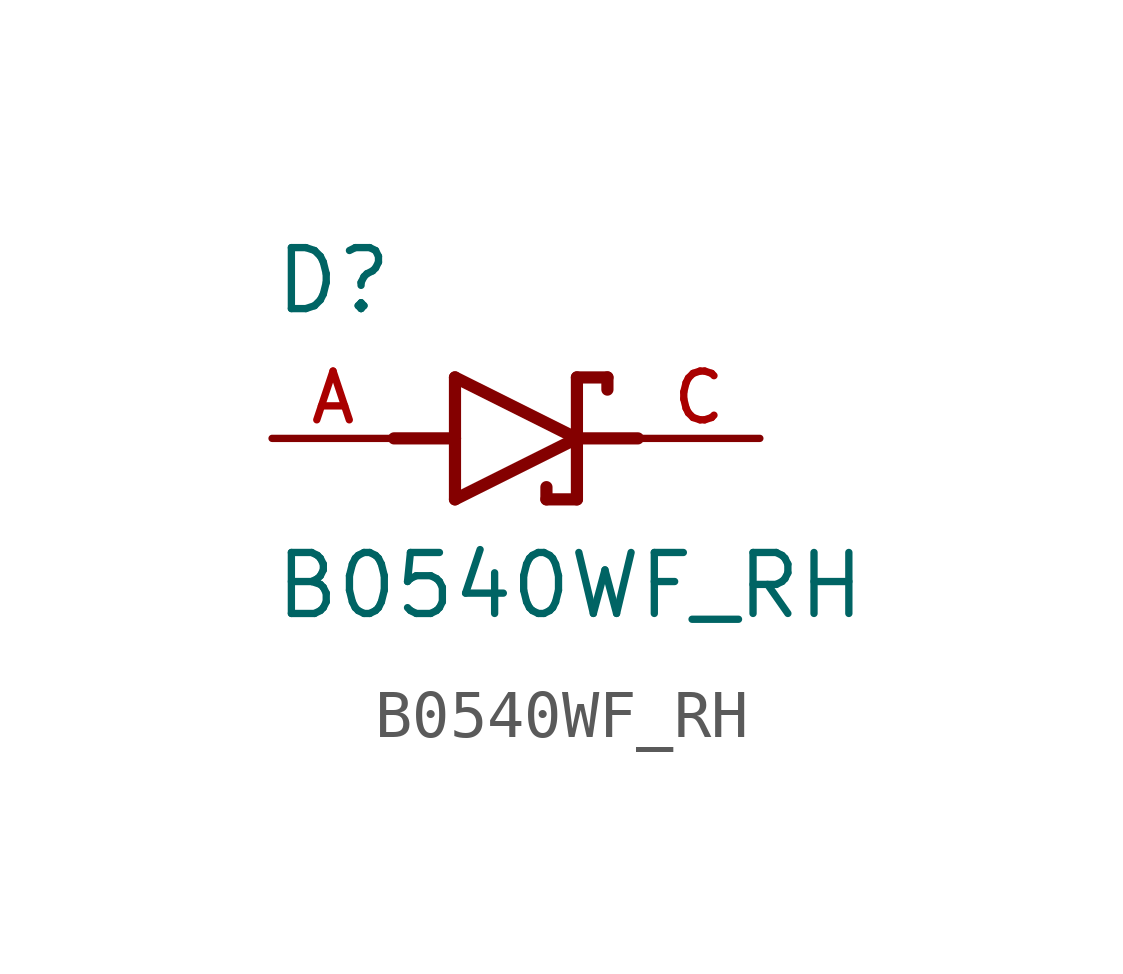
<source format=kicad_sym>
(kicad_symbol_lib
  (version 20211014)
  (generator kicad_symbol_editor)
  (symbol "B0540WF_RH"
    (pin_names
      (offset 1.016))
    (property "Reference" "D"
      (at -5.08 2.54 0)
      (effects (font (size 1.27 1.27)) (justify bottom left)))
    (property "Value" "B0540WF_RH"
      (at -5.08 -3.81 0)
      (effects (font (size 1.27 1.27)) (justify bottom left)))
    (symbol "B0540WF_RH_0_0"
      (polyline (pts (xy -1.27 -1.27) (xy 1.27 0.0)) (stroke (width 0.254)))
      (polyline (pts (xy 1.27 0.0) (xy -1.27 1.27)) (stroke (width 0.254)))
      (polyline (pts (xy 1.905 1.27) (xy 1.27 1.27)) (stroke (width 0.254)))
      (polyline (pts (xy 1.27 1.27) (xy 1.27 0.0)) (stroke (width 0.254)))
      (polyline (pts (xy -1.27 1.27) (xy -1.27 0.0)) (stroke (width 0.254)))
      (polyline (pts (xy -1.27 0.0) (xy -1.27 -1.27)) (stroke (width 0.254)))
      (polyline (pts (xy 1.27 0.0) (xy 1.27 -1.27)) (stroke (width 0.254)))
      (polyline (pts (xy 1.905 1.27) (xy 1.905 1.016)) (stroke (width 0.254)))
      (polyline (pts (xy 1.27 -1.27) (xy 0.635 -1.27)) (stroke (width 0.254)))
      (polyline (pts (xy 0.635 -1.016) (xy 0.635 -1.27)) (stroke (width 0.254)))
      (polyline (pts (xy -2.54 0.0) (xy -1.27 0.0)) (stroke (width 0.254)))
      (polyline (pts (xy 2.54 0.0) (xy 1.27 0.0)) (stroke (width 0.254)))
      (pin passive line (at 5.08 0.0 180.0) (length 2.54) (name "~" (effects (font (size 1.016 1.016)))) (number "C" (effects (font (size 1.016 1.016)))))
      (pin passive line (at -5.08 0.0 0) (length 2.54) (name "~" (effects (font (size 1.016 1.016)))) (number "A" (effects (font (size 1.016 1.016))))))))
</source>
